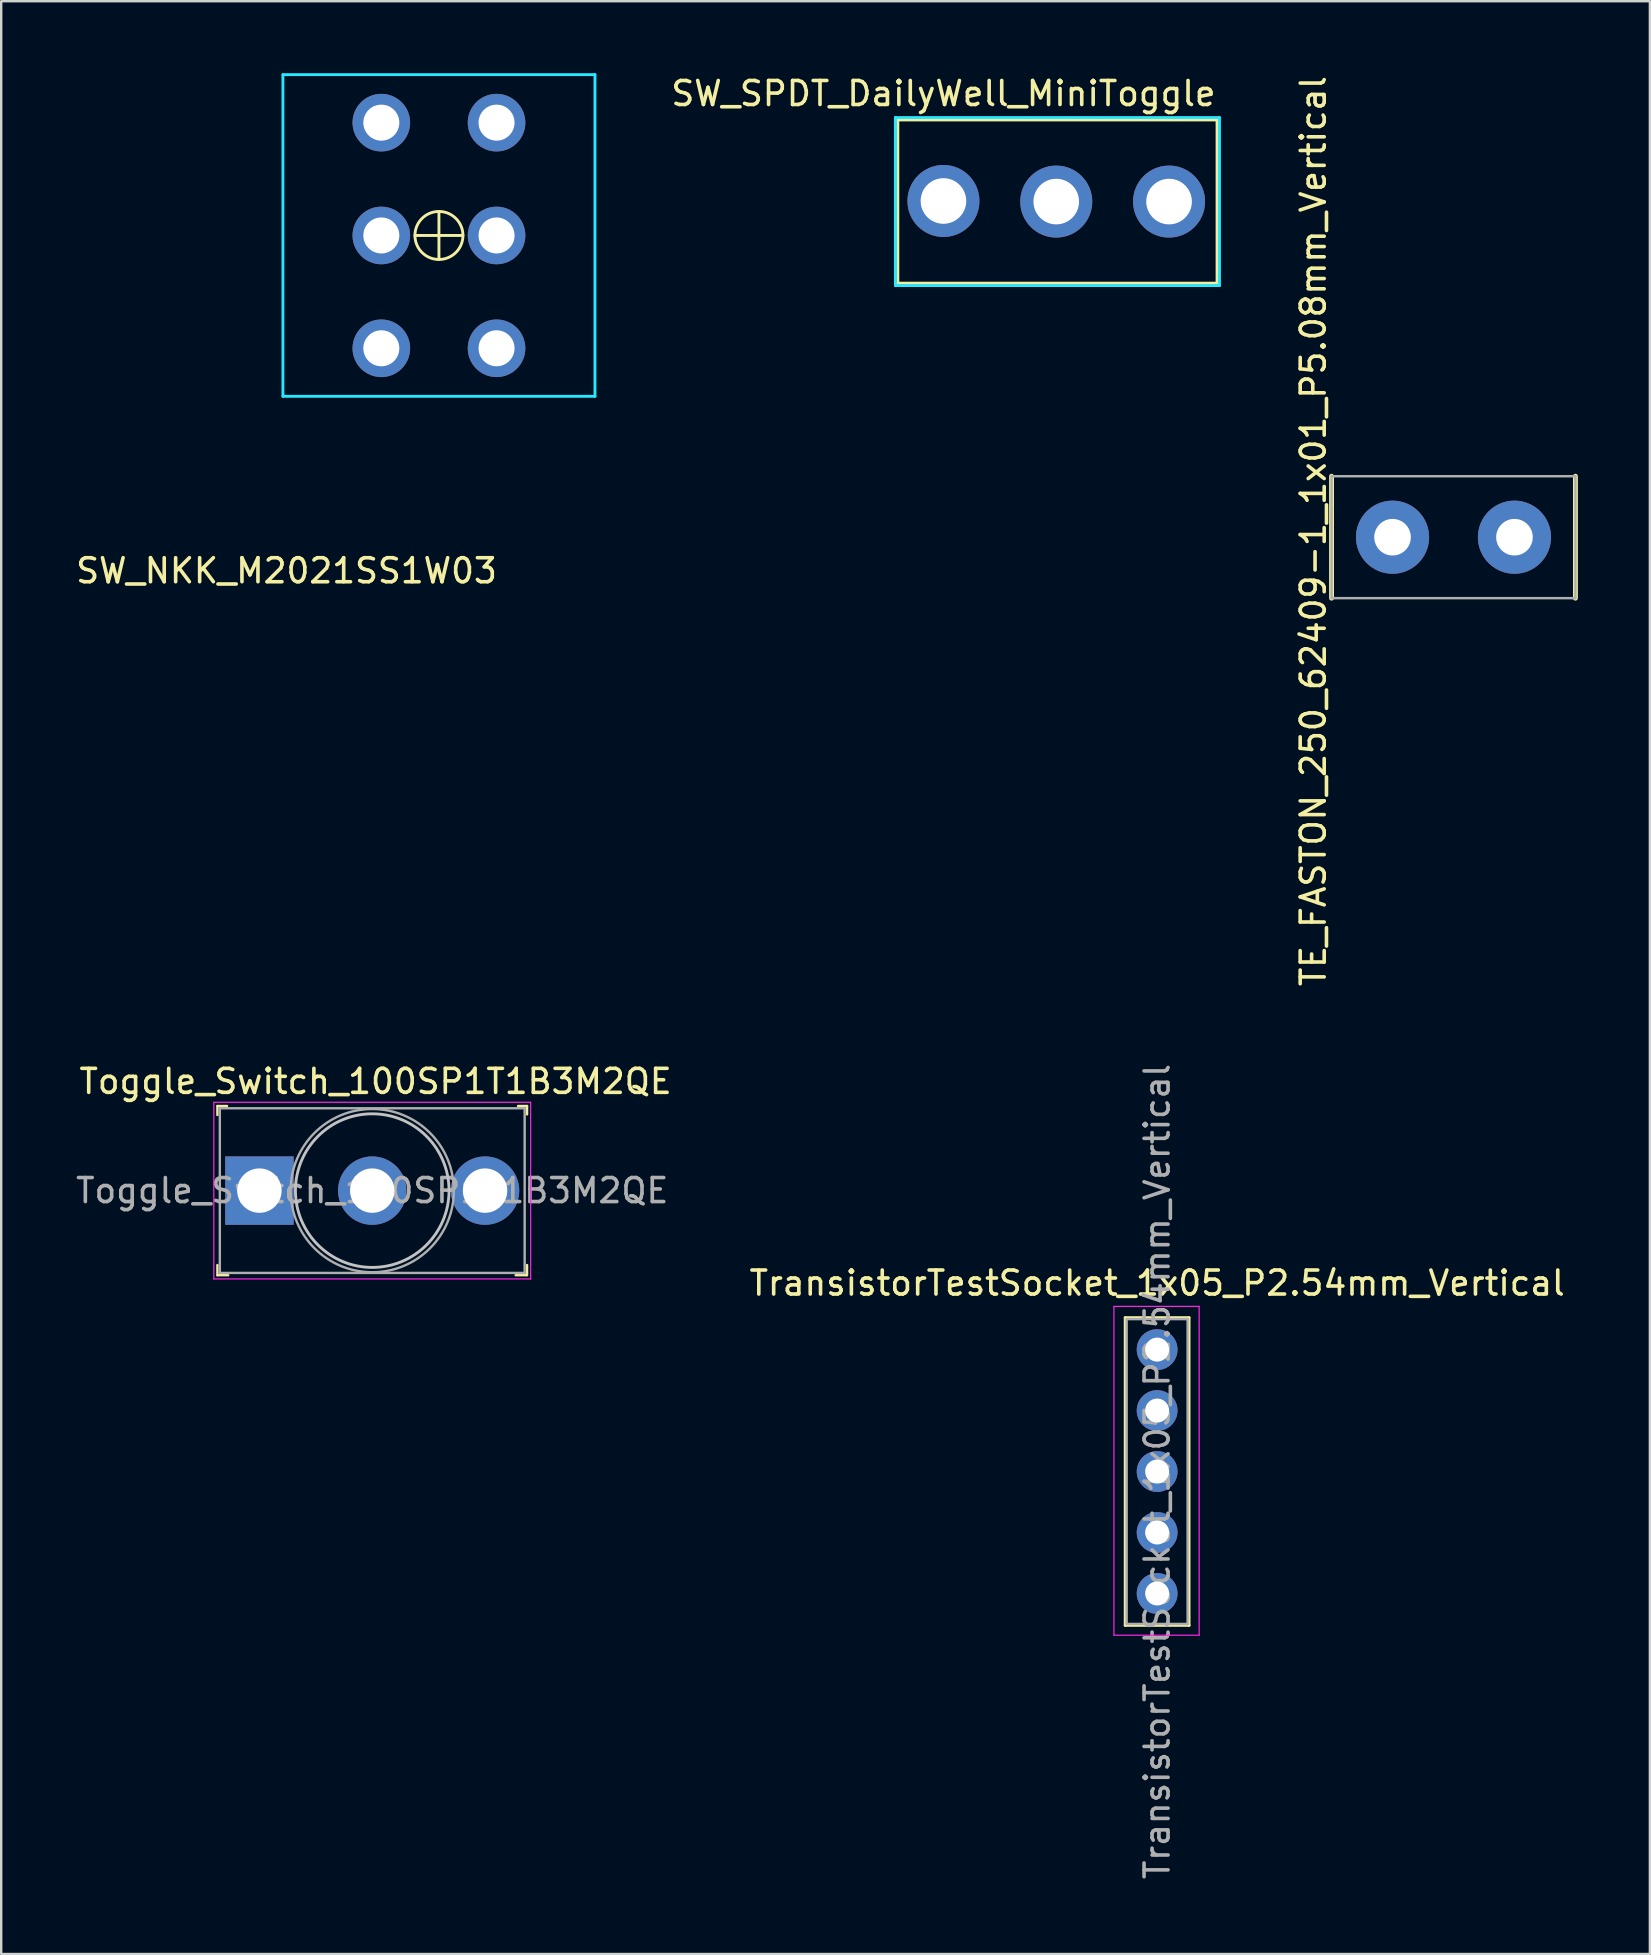
<source format=kicad_pcb>
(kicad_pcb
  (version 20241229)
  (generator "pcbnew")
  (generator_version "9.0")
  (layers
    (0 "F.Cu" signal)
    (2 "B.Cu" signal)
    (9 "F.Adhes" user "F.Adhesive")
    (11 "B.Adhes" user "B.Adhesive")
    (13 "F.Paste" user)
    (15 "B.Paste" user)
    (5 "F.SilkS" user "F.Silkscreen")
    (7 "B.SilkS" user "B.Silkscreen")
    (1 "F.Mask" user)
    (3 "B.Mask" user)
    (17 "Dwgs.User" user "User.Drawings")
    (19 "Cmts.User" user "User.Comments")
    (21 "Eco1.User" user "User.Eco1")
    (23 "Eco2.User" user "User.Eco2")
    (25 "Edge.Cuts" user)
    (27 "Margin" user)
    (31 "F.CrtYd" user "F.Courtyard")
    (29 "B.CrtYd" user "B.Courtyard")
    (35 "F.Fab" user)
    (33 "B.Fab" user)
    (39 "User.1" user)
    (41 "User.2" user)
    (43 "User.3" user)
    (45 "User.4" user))
  (footprint "SW_SPDT_DailyWell_MiniToggle"
    (layer "F.Cu")
    (at 36.255 5.348)
    (property "Reference" "SW_SPDT_DailyWell_MiniToggle" (at 0 -4.5 0) (layer "F.SilkS") (effects (font (size 1 1) (thickness 0.15))))
    (attr through_hole)
    (fp_line (start -1.9 -3.4) (end 11.4 -3.4) (stroke (width 0.12) (type solid)) (layer "F.SilkS"))
    (fp_line (start -1.9 3.4) (end -1.9 -3.4) (stroke (width 0.12) (type solid)) (layer "F.SilkS"))
    (fp_line (start 11.4 -3.4) (end 11.4 3.4) (stroke (width 0.12) (type solid)) (layer "F.SilkS"))
    (fp_line (start 11.4 3.4) (end -1.9 3.4) (stroke (width 0.12) (type solid)) (layer "F.SilkS"))
    (fp_line (start -2 -3.5) (end 11.5 -3.5) (stroke (width 0.12) (type solid)) (layer "B.CrtYd"))
    (fp_line (start -2 3.5) (end -2 -3.5) (stroke (width 0.12) (type solid)) (layer "B.CrtYd"))
    (fp_line (start 11.5 -3.5) (end 11.5 3.5) (stroke (width 0.12) (type solid)) (layer "B.CrtYd"))
    (fp_line (start 11.5 3.5) (end -2 3.5) (stroke (width 0.12) (type solid)) (layer "B.CrtYd"))
    (pad "1" thru_hole circle (at 0 -0.025) (size 3 3) (drill 1.9) (layers "*.Cu" "*.Mask"))
    (pad "2" thru_hole circle (at 4.7 0) (size 3 3) (drill 1.9) (layers "*.Cu" "*.Mask"))
    (pad "3" thru_hole circle (at 9.4 0) (size 3 3) (drill 1.9) (layers "*.Cu" "*.Mask")))
  (footprint "SW_NKK_M2021SS1W03"
    (layer "F.Cu")
    (at 15.237 6.76)
    (property "Reference" "SW_NKK_M2021SS1W03" (at -6.35 13.97 0) (layer "F.SilkS") (effects (font (size 1 1) (thickness 0.15))))
    (attr through_hole)
    (fp_line (start -1 0) (end 1 0) (stroke (width 0.12) (type solid)) (layer "F.SilkS"))
    (fp_line (start 0 -1) (end 0 1) (stroke (width 0.12) (type solid)) (layer "F.SilkS"))
    (fp_circle (center 0 0) (end 0 -1) (stroke (width 0.12) (type solid)) (fill no) (layer "F.SilkS"))
    (fp_line (start -6.3 -6.5) (end -6.3 6.5) (stroke (width 0.3) (type solid)) (layer "B.Paste"))
    (fp_line (start -6.3 6.5) (end 6.3 6.5) (stroke (width 0.3) (type solid)) (layer "B.Paste"))
    (fp_line (start 6.3 -6.5) (end -6.3 -6.5) (stroke (width 0.3) (type solid)) (layer "B.Paste"))
    (fp_line (start 6.3 6.5) (end 6.3 -6.5) (stroke (width 0.3) (type solid)) (layer "B.Paste"))
    (fp_line (start -6.5 -6.7) (end -6.5 6.7) (stroke (width 0.12) (type solid)) (layer "B.CrtYd"))
    (fp_line (start -6.5 6.7) (end 6.5 6.7) (stroke (width 0.12) (type solid)) (layer "B.CrtYd"))
    (fp_line (start 6.5 -6.7) (end -6.5 -6.7) (stroke (width 0.12) (type solid)) (layer "B.CrtYd"))
    (fp_line (start 6.5 6.7) (end 6.5 -6.7) (stroke (width 0.12) (type solid)) (layer "B.CrtYd"))
    (pad "" np_thru_hole circle (at -2.4 -4.7) (size 2.4 2.4) (drill 1.5) (layers "*.Cu" "*.Mask"))
    (pad "" np_thru_hole circle (at 2.4 -4.7) (size 2.4 2.4) (drill 1.5) (layers "*.Cu" "*.Mask"))
    (pad "1" thru_hole circle (at -2.4 4.7) (size 2.4 2.4) (drill 1.5) (layers "*.Cu" "*.Mask"))
    (pad "2" thru_hole circle (at -2.4 0) (size 2.4 2.4) (drill 1.5) (layers "*.Cu" "*.Mask"))
    (pad "3" thru_hole circle (at 2.4 4.7) (size 2.4 2.4) (drill 1.5) (layers "*.Cu" "*.Mask"))
    (pad "4" thru_hole circle (at 2.4 0) (size 2.4 2.4) (drill 1.5) (layers "*.Cu" "*.Mask")))
  (footprint "TransistorTestSocket_1x05_P2.54mm_Vertical"
    (layer "F.Cu")
    (at 45.158 53.176)
    (property "Reference" "TransistorTestSocket_1x05_P2.54mm_Vertical" (at 0 -2.77 0) (layer "F.SilkS") (effects (font (size 1 1) (thickness 0.15))))
    (attr through_hole)
    (fp_line (start -1.33 -1.33) (end -1.33 11.49) (stroke (width 0.12) (type solid)) (layer "F.SilkS"))
    (fp_line (start -1.33 -1.33) (end 1.33 -1.33) (stroke (width 0.12) (type solid)) (layer "F.SilkS"))
    (fp_line (start -1.33 11.49) (end 1.33 11.49) (stroke (width 0.12) (type solid)) (layer "F.SilkS"))
    (fp_line (start 1.33 -1.33) (end 1.33 11.49) (stroke (width 0.12) (type solid)) (layer "F.SilkS"))
    (fp_line (start -1.8 -1.8) (end 1.75 -1.8) (stroke (width 0.05) (type solid)) (layer "F.CrtYd"))
    (fp_line (start -1.8 11.9) (end -1.8 -1.8) (stroke (width 0.05) (type solid)) (layer "F.CrtYd"))
    (fp_line (start 1.75 -1.8) (end 1.75 11.9) (stroke (width 0.05) (type solid)) (layer "F.CrtYd"))
    (fp_line (start 1.75 11.9) (end -1.8 11.9) (stroke (width 0.05) (type solid)) (layer "F.CrtYd"))
    (fp_line (start -1.27 -1.27) (end 1.27 -1.27) (stroke (width 0.1) (type solid)) (layer "F.Fab"))
    (fp_line (start -1.27 11.43) (end -1.27 -1.27) (stroke (width 0.1) (type solid)) (layer "F.Fab"))
    (fp_line (start 1.27 -1.27) (end 1.27 11.43) (stroke (width 0.1) (type solid)) (layer "F.Fab"))
    (fp_line (start 1.27 11.43) (end -1.27 11.43) (stroke (width 0.1) (type solid)) (layer "F.Fab"))
    (fp_text user "${REFERENCE}" (at 0 5.08 90) (layer "F.Fab") (effects (font (size 1 1) (thickness 0.15))))
    (pad "1" thru_hole circle (at 0 0) (size 1.7 1.7) (drill 1) (layers "*.Cu" "*.Mask"))
    (pad "2" thru_hole oval (at 0 2.54) (size 1.7 1.7) (drill 1) (layers "*.Cu" "*.Mask"))
    (pad "3" thru_hole oval (at 0 5.08) (size 1.7 1.7) (drill 1) (layers "*.Cu" "*.Mask"))
    (pad "4" thru_hole oval (at 0 7.62) (size 1.7 1.7) (drill 1) (layers "*.Cu" "*.Mask"))
    (pad "5" thru_hole oval (at 0 10.16) (size 1.7 1.7) (drill 1) (layers "*.Cu" "*.Mask")))
  (footprint "Toggle_Switch_100SP1T1B3M2QE"
    (layer "F.Cu")
    (at 7.758 46.553)
    (property "Reference" "Toggle_Switch_100SP1T1B3M2QE" (at 4.84 -4.55 0) (layer "F.SilkS") (effects (font (size 1 1) (thickness 0.15))))
    (attr through_hole)
    (fp_line (start -1.75 -3.525) (end -1.75 -3.15) (stroke (width 0.1) (type solid)) (layer "F.SilkS"))
    (fp_line (start -1.75 -3.525) (end -1.35 -3.525) (stroke (width 0.1) (type solid)) (layer "F.SilkS"))
    (fp_line (start -1.75 3.525) (end -1.75 3.1) (stroke (width 0.1) (type solid)) (layer "F.SilkS"))
    (fp_line (start -1.75 3.525) (end -1.3 3.525) (stroke (width 0.1) (type solid)) (layer "F.SilkS"))
    (fp_line (start 10.775 -3.525) (end 11.15 -3.525) (stroke (width 0.1) (type solid)) (layer "F.SilkS"))
    (fp_line (start 11.125 3.525) (end 10.675 3.525) (stroke (width 0.1) (type solid)) (layer "F.SilkS"))
    (fp_line (start 11.15 -3.525) (end 11.15 -3.175) (stroke (width 0.1) (type solid)) (layer "F.SilkS"))
    (fp_line (start 11.15 3.525) (end 11.15 3.1) (stroke (width 0.1) (type solid)) (layer "F.SilkS"))
    (fp_circle (center 4.7 0) (end 4.7 3.2) (stroke (width 0.12) (type solid)) (fill no) (layer "Dwgs.User"))
    (fp_line (start -1.9 -3.68) (end 11.3 -3.68) (stroke (width 0.05) (type solid)) (layer "F.CrtYd"))
    (fp_line (start -1.9 3.68) (end -1.9 -3.68) (stroke (width 0.05) (type solid)) (layer "F.CrtYd"))
    (fp_line (start 11.3 -3.68) (end 11.3 3.68) (stroke (width 0.05) (type solid)) (layer "F.CrtYd"))
    (fp_line (start 11.3 3.68) (end -1.9 3.68) (stroke (width 0.05) (type solid)) (layer "F.CrtYd"))
    (fp_line (start -1.65 -3.43) (end -1.65 3.43) (stroke (width 0.1) (type solid)) (layer "F.Fab"))
    (fp_line (start -1.65 -3.43) (end 11.05 -3.43) (stroke (width 0.1) (type solid)) (layer "F.Fab"))
    (fp_line (start -1.65 3.43) (end 11.05 3.43) (stroke (width 0.1) (type solid)) (layer "F.Fab"))
    (fp_line (start 11.05 3.43) (end 11.05 -3.43) (stroke (width 0.1) (type solid)) (layer "F.Fab"))
    (fp_circle (center 4.7 0) (end 4.7 3.4) (stroke (width 0.1) (type solid)) (fill no) (layer "F.Fab"))
    (fp_text user "${REFERENCE}" (at 4.7 0 0) (layer "F.Fab") (effects (font (size 1 1) (thickness 0.15))))
    (pad "1" thru_hole rect (at 0 0) (size 2.85 2.85) (drill 1.85) (layers "*.Cu" "*.Mask"))
    (pad "2" thru_hole circle (at 4.7 0) (size 2.85 2.85) (drill 1.85) (layers "*.Cu" "*.Mask"))
    (pad "3" thru_hole circle (at 9.4 0) (size 2.85 2.85) (drill 1.85) (layers "*.Cu" "*.Mask")))
  (footprint "TE_FASTON_250_62409-1_1x01_P5.08mm_Vertical"
    (layer "F.Cu")
    (at 57.505 19.331)
    (property "Reference" "TE_FASTON_250_62409-1_1x01_P5.08mm_Vertical" (at -5.842 -0.254 90) (layer "F.SilkS") (effects (font (size 1 1) (thickness 0.15))))
    (attr through_hole)
    (fp_line (start -5.08 -2.54) (end -5.08 2.54) (stroke (width 0.203) (type solid)) (layer "F.SilkS"))
    (fp_line (start 5.08 -2.54) (end 5.08 2.54) (stroke (width 0.203) (type solid)) (layer "F.SilkS"))
    (fp_line (start -5.08 -2.54) (end 5.08 -2.54) (stroke (width 0.102) (type solid)) (layer "F.Fab"))
    (fp_line (start -5.08 2.54) (end -5.08 -2.54) (stroke (width 0.102) (type solid)) (layer "F.Fab"))
    (fp_line (start -5.08 2.54) (end 5.08 2.54) (stroke (width 0.102) (type solid)) (layer "F.Fab"))
    (fp_line (start 5.08 2.54) (end 5.08 -2.54) (stroke (width 0.102) (type solid)) (layer "F.Fab"))
    (pad "" thru_hole circle (at -2.54 0) (size 3.048 3.048) (drill 1.524) (layers "*.Cu" "*.Mask"))
    (pad "" thru_hole circle (at 2.54 0) (size 3.048 3.048) (drill 1.524) (layers "*.Cu" "*.Mask")))
  (gr_rect
    (start -3 -3)
    (end 65.687 78.357)
    (stroke (width 0.1) (type default))
    (fill no)
    (layer "Edge.Cuts")))
</source>
